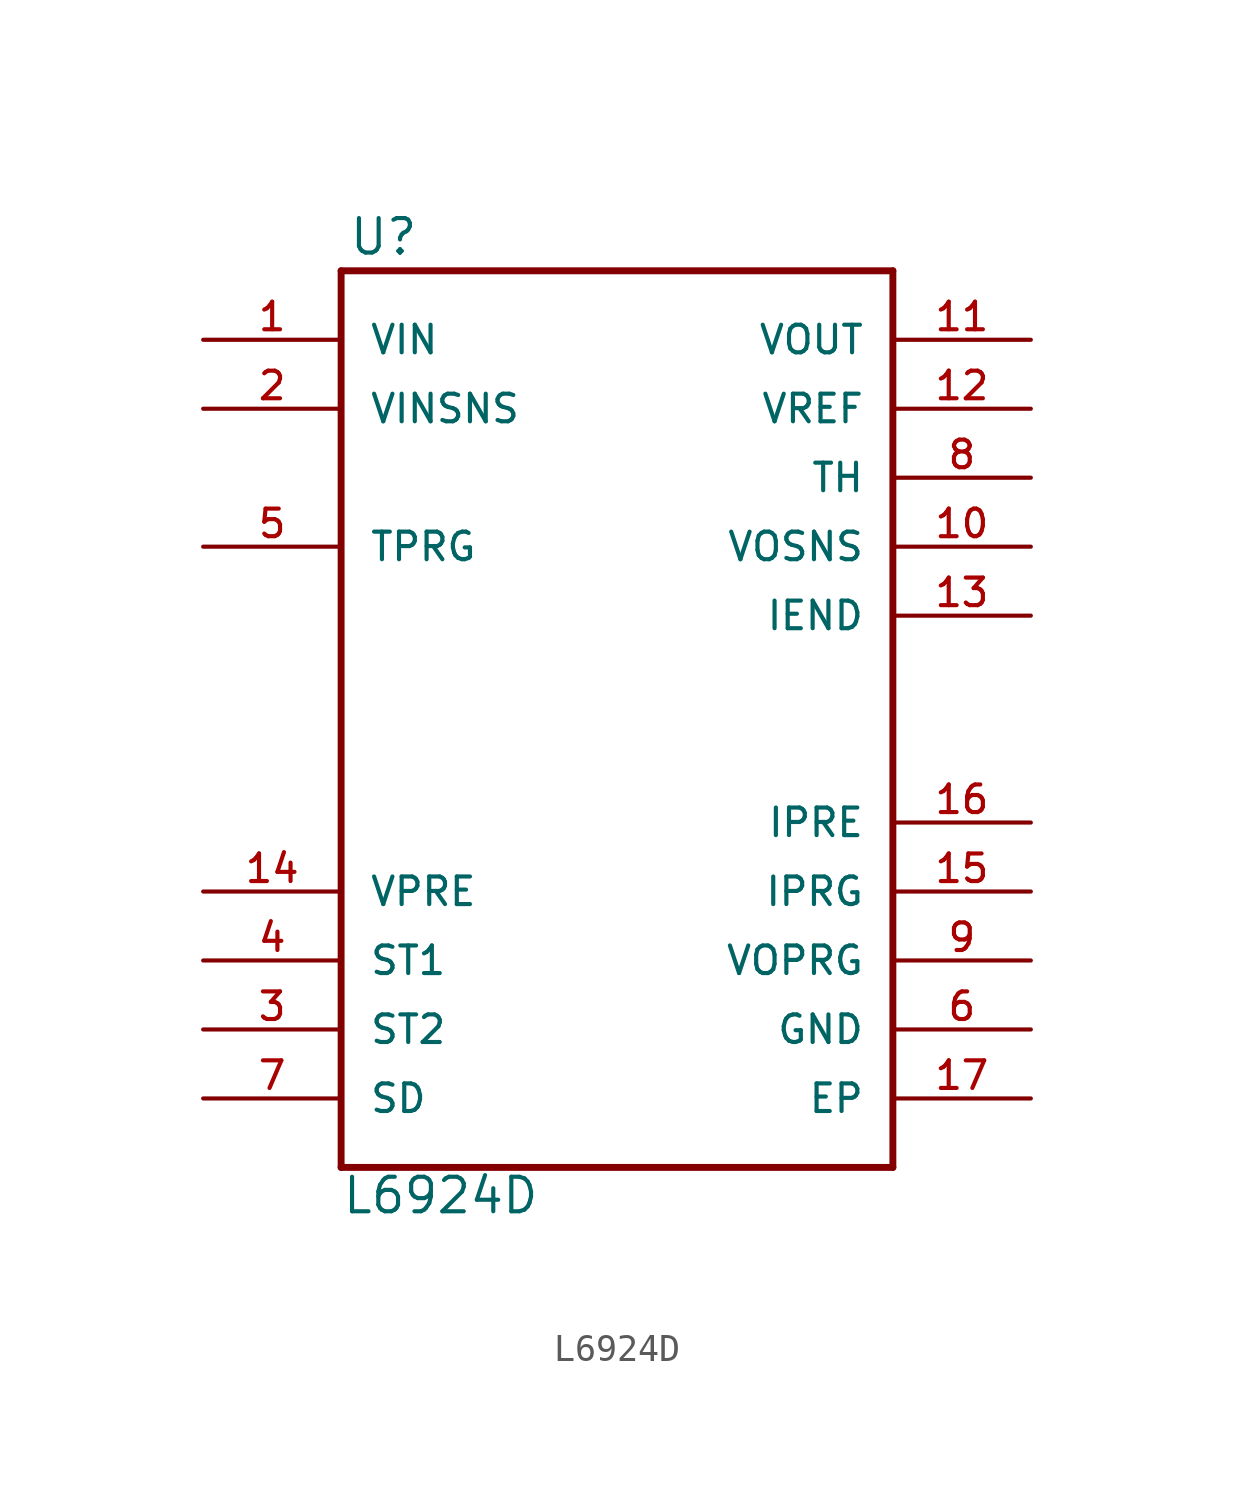
<source format=kicad_sym>
(kicad_symbol_lib
  (version 20210619)
  (generator kicad_symbol_editor)
  (symbol "BMS_user:L6924D"
    (pin_names
      (offset 1.016))
    (property "Reference" "U"
      (at -9.906 15.748 0)
      (effects (font (size 1.27 1.27)) (justify left bottom)))
    (property "Value" "L6924D"
      (at -10.16 -19.558 0)
      (effects (font (size 1.27 1.27)) (justify left bottom)))
    (property "ki_locked" ""
      (at 0 0 0)
      (effects (font (size 1.27 1.27))))
    (symbol "L6924D_0_0"
      (polyline (pts (xy -10.16 -17.78) (xy 10.16 -17.78)) (stroke (width 0.254)) (fill (type none)))
      (polyline (pts (xy -10.16 15.24) (xy -10.16 -17.78)) (stroke (width 0.254)) (fill (type none)))
      (polyline (pts (xy 10.16 -17.78) (xy 10.16 15.24)) (stroke (width 0.254)) (fill (type none)))
      (polyline (pts (xy 10.16 15.24) (xy -10.16 15.24)) (stroke (width 0.254)) (fill (type none)))
      (pin input line (at -15.24 12.7 0) (length 5.08) (name "VIN" (effects (font (size 1.016 1.016)))) (number "1" (effects (font (size 1.016 1.016)))))
      (pin input line (at 15.24 5.08 180) (length 5.08) (name "VOSNS" (effects (font (size 1.016 1.016)))) (number "10" (effects (font (size 1.016 1.016)))))
      (pin output line (at 15.24 12.7 180) (length 5.08) (name "VOUT" (effects (font (size 1.016 1.016)))) (number "11" (effects (font (size 1.016 1.016)))))
      (pin output line (at 15.24 10.16 180) (length 5.08) (name "VREF" (effects (font (size 1.016 1.016)))) (number "12" (effects (font (size 1.016 1.016)))))
      (pin input line (at 15.24 2.54 180) (length 5.08) (name "IEND" (effects (font (size 1.016 1.016)))) (number "13" (effects (font (size 1.016 1.016)))))
      (pin bidirectional line (at -15.24 -7.62 0) (length 5.08) (name "VPRE" (effects (font (size 1.016 1.016)))) (number "14" (effects (font (size 1.016 1.016)))))
      (pin input line (at 15.24 -7.62 180) (length 5.08) (name "IPRG" (effects (font (size 1.016 1.016)))) (number "15" (effects (font (size 1.016 1.016)))))
      (pin input line (at 15.24 -5.08 180) (length 5.08) (name "IPRE" (effects (font (size 1.016 1.016)))) (number "16" (effects (font (size 1.016 1.016)))))
      (pin power_in line (at 15.24 -15.24 180) (length 5.08) (name "EP" (effects (font (size 1.016 1.016)))) (number "17" (effects (font (size 1.016 1.016)))))
      (pin input line (at -15.24 10.16 0) (length 5.08) (name "VINSNS" (effects (font (size 1.016 1.016)))) (number "2" (effects (font (size 1.016 1.016)))))
      (pin output line (at -15.24 -12.7 0) (length 5.08) (name "ST2" (effects (font (size 1.016 1.016)))) (number "3" (effects (font (size 1.016 1.016)))))
      (pin output line (at -15.24 -10.16 0) (length 5.08) (name "ST1" (effects (font (size 1.016 1.016)))) (number "4" (effects (font (size 1.016 1.016)))))
      (pin input line (at -15.24 5.08 0) (length 5.08) (name "TPRG" (effects (font (size 1.016 1.016)))) (number "5" (effects (font (size 1.016 1.016)))))
      (pin power_in line (at 15.24 -12.7 180) (length 5.08) (name "GND" (effects (font (size 1.016 1.016)))) (number "6" (effects (font (size 1.016 1.016)))))
      (pin input line (at -15.24 -15.24 0) (length 5.08) (name "SD" (effects (font (size 1.016 1.016)))) (number "7" (effects (font (size 1.016 1.016)))))
      (pin input line (at 15.24 7.62 180) (length 5.08) (name "TH" (effects (font (size 1.016 1.016)))) (number "8" (effects (font (size 1.016 1.016)))))
      (pin input line (at 15.24 -10.16 180) (length 5.08) (name "VOPRG" (effects (font (size 1.016 1.016)))) (number "9" (effects (font (size 1.016 1.016))))))))
</source>
